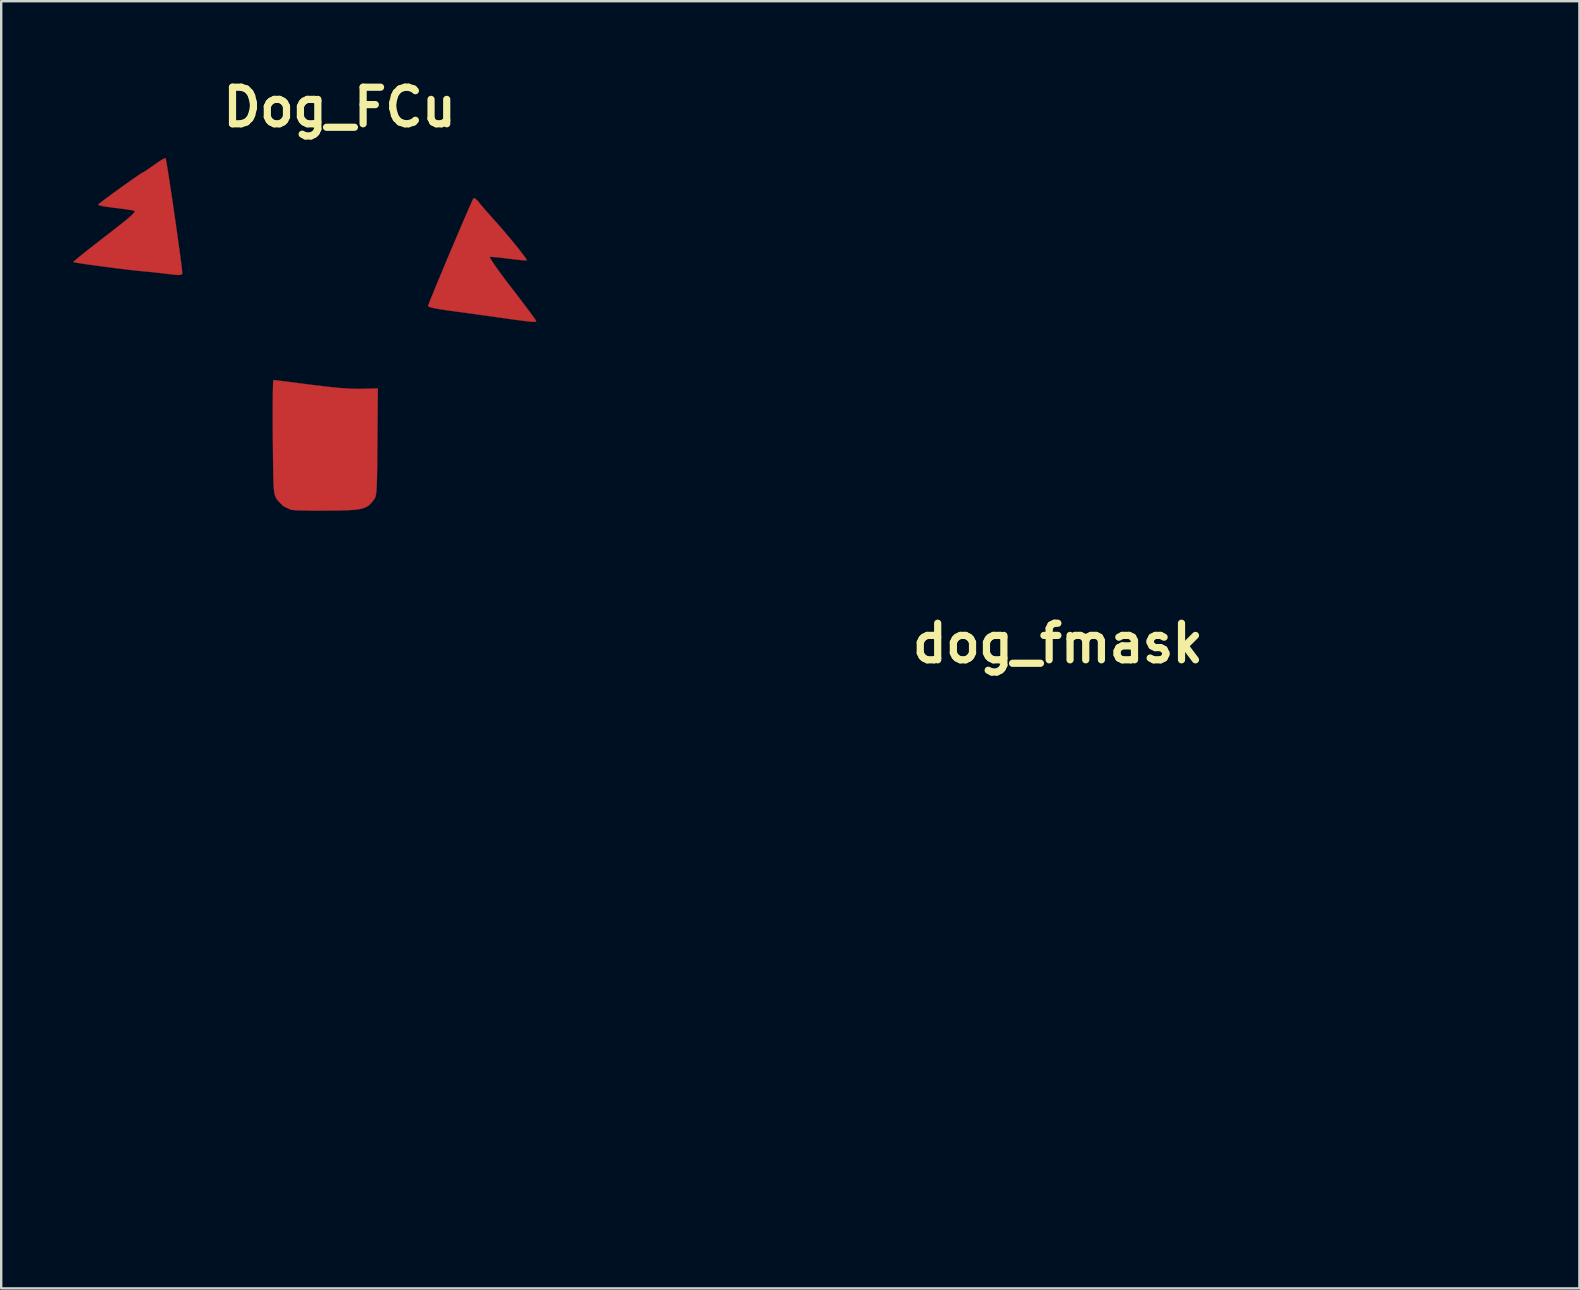
<source format=kicad_pcb>
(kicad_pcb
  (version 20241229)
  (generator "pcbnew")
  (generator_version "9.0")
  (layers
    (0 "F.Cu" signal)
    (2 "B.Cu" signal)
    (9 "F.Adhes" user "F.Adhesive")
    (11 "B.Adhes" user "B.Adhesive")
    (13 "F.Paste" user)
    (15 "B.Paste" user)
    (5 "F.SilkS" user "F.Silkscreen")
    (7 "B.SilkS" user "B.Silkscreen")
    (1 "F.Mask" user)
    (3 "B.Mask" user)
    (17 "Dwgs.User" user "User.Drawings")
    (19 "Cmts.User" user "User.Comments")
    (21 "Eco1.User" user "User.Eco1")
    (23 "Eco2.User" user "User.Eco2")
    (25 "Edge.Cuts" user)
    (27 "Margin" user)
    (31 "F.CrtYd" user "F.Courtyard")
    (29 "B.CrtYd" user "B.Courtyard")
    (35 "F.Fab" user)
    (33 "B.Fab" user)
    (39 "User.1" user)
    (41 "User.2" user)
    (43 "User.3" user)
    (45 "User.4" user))
  (footprint "dog_fmask"
    (layer "F.Cu")
    (at 41.03 23.754)
    (property "Reference" "dog_fmask" (at 0 0 0) (layer "F.SilkS") (effects (font (size 1.524 1.524) (thickness 0.3))))
    (attr through_hole)
    (fp_poly (pts (xy 2.731 -0.794) (xy 2.699 -0.762) (xy 2.667 -0.794) (xy 2.699 -0.826) (xy 2.731 -0.794)) (stroke (width 0.01) (type solid)) (fill yes) (layer "F.Mask"))
    (fp_poly (pts (xy 1.975 -10.363) (xy 2.302 -10.165) (xy 2.328 -10.142) (xy 2.572 -9.861) (xy 2.702 -9.535) (xy 2.731 -9.245) (xy 2.675 -8.851) (xy 2.511 -8.521) (xy 2.238 -8.258) (xy 2 -8.121) (xy 1.641 -8.016) (xy 1.284 -8.037) (xy 1.047 -8.119) (xy 0.728 -8.326) (xy 0.499 -8.599) (xy 0.362 -8.918) (xy 0.318 -9.258) (xy 0.369 -9.597) (xy 0.516 -9.914) (xy 0.76 -10.185) (xy 0.907 -10.289) (xy 1.251 -10.427) (xy 1.615 -10.451) (xy 1.975 -10.363)) (stroke (width 0.01) (type solid)) (fill yes) (layer "F.Mask"))
    (fp_poly (pts (xy -7.929 -11.648) (xy -7.624 -11.481) (xy -7.374 -11.238) (xy -7.201 -10.936) (xy -7.123 -10.593) (xy -7.126 -10.418) (xy -7.217 -10.056) (xy -7.403 -9.748) (xy -7.663 -9.51) (xy -7.975 -9.353) (xy -8.318 -9.294) (xy -8.672 -9.344) (xy -8.723 -9.362) (xy -9.017 -9.522) (xy -9.279 -9.76) (xy -9.435 -9.982) (xy -9.497 -10.187) (xy -9.521 -10.457) (xy -9.509 -10.739) (xy -9.461 -10.976) (xy -9.433 -11.043) (xy -9.253 -11.286) (xy -8.997 -11.504) (xy -8.715 -11.657) (xy -8.627 -11.686) (xy -8.27 -11.722) (xy -7.929 -11.648)) (stroke (width 0.01) (type solid)) (fill yes) (layer "F.Mask"))
    (fp_poly (pts (xy -5.566 -1.058) (xy -5.288 -1.031) (xy -4.923 -0.988) (xy -4.455 -0.929) (xy -4.166 -0.892) (xy -3.699 -0.831) (xy -3.341 -0.782) (xy -3.075 -0.741) (xy -2.883 -0.703) (xy -2.749 -0.667) (xy -2.655 -0.626) (xy -2.584 -0.579) (xy -2.532 -0.532) (xy -2.388 -0.367) (xy -2.312 -0.198) (xy -2.306 -0.003) (xy -2.371 0.24) (xy -2.507 0.552) (xy -2.609 0.753) (xy -2.767 1.039) (xy -2.93 1.306) (xy -3.074 1.518) (xy -3.163 1.626) (xy -3.53 1.917) (xy -3.953 2.098) (xy -4.416 2.166) (xy -4.846 2.127) (xy -5.276 1.978) (xy -5.663 1.716) (xy -5.942 1.418) (xy -6.079 1.183) (xy -6.21 0.858) (xy -6.325 0.477) (xy -6.414 0.076) (xy -6.461 -0.268) (xy -6.475 -0.479) (xy -6.457 -0.614) (xy -6.391 -0.726) (xy -6.27 -0.855) (xy -6.19 -0.933) (xy -6.116 -0.993) (xy -6.032 -1.035) (xy -5.923 -1.06) (xy -5.773 -1.067) (xy -5.566 -1.058)) (stroke (width 0.01) (type solid)) (fill yes) (layer "F.Mask"))
    (fp_poly (pts (xy -8.288 -23.725) (xy -8.319 -23.638) (xy -8.353 -23.56) (xy -8.429 -23.377) (xy -8.542 -23.1) (xy -8.687 -22.741) (xy -8.859 -22.311) (xy -9.054 -21.823) (xy -9.267 -21.287) (xy -9.494 -20.716) (xy -9.73 -20.121) (xy -9.971 -19.513) (xy -10.212 -18.905) (xy -10.448 -18.307) (xy -10.675 -17.731) (xy -10.888 -17.189) (xy -11.082 -16.693) (xy -11.254 -16.254) (xy -11.398 -15.883) (xy -11.51 -15.593) (xy -11.585 -15.395) (xy -11.619 -15.3) (xy -11.62 -15.294) (xy -11.644 -15.199) (xy -11.711 -15.008) (xy -11.811 -14.742) (xy -11.936 -14.422) (xy -12.078 -14.069) (xy -12.228 -13.702) (xy -12.378 -13.344) (xy -12.519 -13.014) (xy -12.643 -12.733) (xy -12.741 -12.522) (xy -12.805 -12.401) (xy -12.812 -12.391) (xy -13.062 -12.157) (xy -13.38 -12.006) (xy -13.733 -11.948) (xy -14.086 -11.991) (xy -14.224 -12.039) (xy -14.522 -12.217) (xy -14.756 -12.474) (xy -14.889 -12.7) (xy -14.985 -12.899) (xy -15.12 -13.187) (xy -15.287 -13.552) (xy -15.48 -13.979) (xy -15.694 -14.455) (xy -15.923 -14.967) (xy -16.16 -15.502) (xy -16.399 -16.045) (xy -16.636 -16.584) (xy -16.864 -17.104) (xy -17.076 -17.594) (xy -17.268 -18.038) (xy -17.433 -18.424) (xy -17.565 -18.738) (xy -17.658 -18.967) (xy -17.706 -19.097) (xy -17.711 -19.113) (xy -17.779 -19.677) (xy -17.733 -20.237) (xy -17.582 -20.776) (xy -17.336 -21.277) (xy -17.003 -21.722) (xy -16.593 -22.094) (xy -16.115 -22.375) (xy -15.915 -22.456) (xy -15.817 -22.479) (xy -15.607 -22.521) (xy -15.299 -22.578) (xy -14.908 -22.65) (xy -14.446 -22.732) (xy -13.928 -22.823) (xy -13.368 -22.921) (xy -12.779 -23.023) (xy -12.175 -23.127) (xy -11.57 -23.23) (xy -10.979 -23.33) (xy -10.413 -23.424) (xy -9.889 -23.512) (xy -9.418 -23.589) (xy -9.016 -23.653) (xy -8.695 -23.703) (xy -8.47 -23.736) (xy -8.355 -23.749) (xy -8.349 -23.749) (xy -8.288 -23.725)) (stroke (width 0.01) (type solid)) (fill yes) (layer "F.Mask"))
    (fp_poly (pts (xy 4.64 -22.072) (xy 4.809 -21.999) (xy 5.051 -21.888) (xy 5.347 -21.749) (xy 5.599 -21.629) (xy 5.975 -21.45) (xy 6.364 -21.27) (xy 6.727 -21.105) (xy 7.031 -20.971) (xy 7.144 -20.924) (xy 7.607 -20.729) (xy 8.106 -20.515) (xy 8.625 -20.288) (xy 9.148 -20.054) (xy 9.66 -19.822) (xy 10.146 -19.598) (xy 10.591 -19.389) (xy 10.979 -19.203) (xy 11.295 -19.046) (xy 11.523 -18.925) (xy 11.642 -18.853) (xy 11.945 -18.603) (xy 12.189 -18.323) (xy 12.406 -17.977) (xy 12.53 -17.73) (xy 12.616 -17.541) (xy 12.673 -17.383) (xy 12.708 -17.223) (xy 12.725 -17.025) (xy 12.731 -16.756) (xy 12.732 -16.542) (xy 12.729 -16.207) (xy 12.719 -15.966) (xy 12.695 -15.785) (xy 12.652 -15.631) (xy 12.586 -15.47) (xy 12.558 -15.409) (xy 12.426 -15.158) (xy 12.273 -14.908) (xy 12.177 -14.775) (xy 11.955 -14.494) (xy 11.685 -14.154) (xy 11.376 -13.767) (xy 11.037 -13.345) (xy 10.678 -12.898) (xy 10.309 -12.44) (xy 9.938 -11.981) (xy 9.576 -11.532) (xy 9.231 -11.107) (xy 8.914 -10.716) (xy 8.633 -10.371) (xy 8.398 -10.084) (xy 8.218 -9.867) (xy 8.103 -9.73) (xy 8.072 -9.694) (xy 7.829 -9.469) (xy 7.596 -9.337) (xy 7.329 -9.279) (xy 7.131 -9.272) (xy 6.845 -9.293) (xy 6.613 -9.369) (xy 6.498 -9.431) (xy 6.304 -9.577) (xy 6.137 -9.752) (xy 6.097 -9.809) (xy 6.067 -9.861) (xy 6.04 -9.921) (xy 6.014 -9.998) (xy 5.987 -10.103) (xy 5.959 -10.243) (xy 5.928 -10.43) (xy 5.892 -10.672) (xy 5.851 -10.979) (xy 5.803 -11.359) (xy 5.747 -11.823) (xy 5.681 -12.381) (xy 5.604 -13.04) (xy 5.515 -13.812) (xy 5.463 -14.256) (xy 5.385 -14.93) (xy 5.303 -15.632) (xy 5.219 -16.349) (xy 5.134 -17.069) (xy 5.05 -17.782) (xy 4.967 -18.475) (xy 4.888 -19.137) (xy 4.813 -19.757) (xy 4.745 -20.323) (xy 4.683 -20.824) (xy 4.631 -21.248) (xy 4.589 -21.583) (xy 4.558 -21.818) (xy 4.54 -21.942) (xy 4.538 -21.955) (xy 4.535 -22.065) (xy 4.566 -22.098) (xy 4.64 -22.072)) (stroke (width 0.01) (type solid)) (fill yes) (layer "F.Mask"))
    (fp_poly (pts (xy -11.57 0.293) (xy -11.367 1.028) (xy -11.054 1.717) (xy -10.639 2.347) (xy -10.134 2.907) (xy -9.551 3.385) (xy -8.898 3.769) (xy -8.188 4.048) (xy -8.16 4.056) (xy -7.869 4.129) (xy -7.524 4.199) (xy -7.195 4.251) (xy -7.176 4.254) (xy -6.892 4.289) (xy -6.627 4.324) (xy -6.429 4.352) (xy -6.398 4.357) (xy -6.16 4.393) (xy -6.16 5.308) (xy -6.162 5.632) (xy -6.17 5.906) (xy -6.181 6.107) (xy -6.195 6.213) (xy -6.201 6.223) (xy -6.273 6.194) (xy -6.424 6.118) (xy -6.621 6.012) (xy -6.63 6.007) (xy -7.146 5.764) (xy -7.639 5.629) (xy -8.135 5.598) (xy -8.222 5.602) (xy -8.749 5.696) (xy -9.233 5.903) (xy -9.66 6.211) (xy -10.019 6.609) (xy -10.3 7.088) (xy -10.49 7.636) (xy -10.511 7.73) (xy -10.549 7.991) (xy -10.578 8.345) (xy -10.596 8.758) (xy -10.603 9.195) (xy -10.599 9.623) (xy -10.583 10.008) (xy -10.556 10.316) (xy -10.54 10.419) (xy -10.48 10.675) (xy -10.395 10.907) (xy -10.272 11.136) (xy -10.099 11.382) (xy -9.861 11.665) (xy -9.546 12.003) (xy -9.395 12.16) (xy -9.042 12.533) (xy -8.753 12.862) (xy -8.537 13.135) (xy -8.407 13.335) (xy -8.324 13.504) (xy -8.271 13.654) (xy -8.24 13.819) (xy -8.227 14.038) (xy -8.224 14.346) (xy -8.224 14.357) (xy -8.226 14.664) (xy -8.238 14.882) (xy -8.267 15.051) (xy -8.322 15.21) (xy -8.41 15.396) (xy -8.445 15.465) (xy -8.743 15.912) (xy -9.129 16.271) (xy -9.594 16.532) (xy -9.68 16.567) (xy -9.874 16.63) (xy -10.072 16.669) (xy -10.311 16.688) (xy -10.627 16.692) (xy -10.75 16.691) (xy -11.058 16.685) (xy -11.338 16.676) (xy -11.553 16.665) (xy -11.652 16.657) (xy -12.756 16.452) (xy -13.817 16.132) (xy -14.827 15.7) (xy -15.777 15.161) (xy -16.658 14.519) (xy -17.304 13.938) (xy -17.581 13.652) (xy -17.875 13.328) (xy -18.144 13.01) (xy -18.306 12.804) (xy -18.728 12.242) (xy -18.633 12.01) (xy -18.525 11.782) (xy -18.362 11.476) (xy -18.16 11.12) (xy -17.936 10.742) (xy -17.705 10.371) (xy -17.512 10.075) (xy -17.26 9.714) (xy -17.003 9.372) (xy -16.72 9.027) (xy -16.395 8.657) (xy -16.007 8.241) (xy -15.655 7.874) (xy -14.781 6.911) (xy -14.026 5.937) (xy -13.383 4.939) (xy -12.842 3.9) (xy -12.396 2.806) (xy -12.037 1.642) (xy -11.821 0.716) (xy -11.649 -0.123) (xy -11.57 0.293)) (stroke (width 0.01) (type solid)) (fill yes) (layer "F.Mask"))
    (fp_poly (pts (xy 2.033 1.599) (xy 2.211 1.621) (xy 2.472 1.654) (xy 2.795 1.696) (xy 3.084 1.733) (xy 4.167 1.873) (xy 5.624 3.366) (xy 6.437 4.208) (xy 7.172 4.987) (xy 7.845 5.722) (xy 8.474 6.433) (xy 9.076 7.14) (xy 9.669 7.863) (xy 10.27 8.621) (xy 10.552 8.985) (xy 11.999 10.961) (xy 13.374 13.029) (xy 14.667 15.175) (xy 15.87 17.382) (xy 16.972 19.632) (xy 17.965 21.909) (xy 18.567 23.447) (xy 18.727 23.876) (xy 16.65 23.863) (xy 16.203 23.86) (xy 15.648 23.856) (xy 15.004 23.851) (xy 14.289 23.845) (xy 13.522 23.838) (xy 12.722 23.831) (xy 11.907 23.824) (xy 11.098 23.816) (xy 10.414 23.809) (xy 9.684 23.802) (xy 8.979 23.794) (xy 8.313 23.787) (xy 7.697 23.781) (xy 7.144 23.775) (xy 6.666 23.769) (xy 6.274 23.765) (xy 5.982 23.761) (xy 5.801 23.759) (xy 5.772 23.758) (xy 5.29 23.749) (xy 5.248 23.035) (xy 5.121 21.935) (xy 4.872 20.846) (xy 4.505 19.779) (xy 4.024 18.748) (xy 3.434 17.763) (xy 3.07 17.252) (xy 2.971 17.136) (xy 2.792 16.94) (xy 2.541 16.672) (xy 2.227 16.343) (xy 1.858 15.959) (xy 1.444 15.533) (xy 0.992 15.071) (xy 0.513 14.584) (xy 0.032 14.097) (xy -0.465 13.594) (xy -0.943 13.109) (xy -1.392 12.649) (xy -1.804 12.225) (xy -2.17 11.845) (xy -2.481 11.519) (xy -2.729 11.255) (xy -2.904 11.063) (xy -2.996 10.954) (xy -3.186 10.694) (xy -3.367 10.433) (xy -3.525 10.193) (xy -3.647 9.993) (xy -3.718 9.856) (xy -3.73 9.805) (xy -3.684 9.839) (xy -3.591 9.956) (xy -3.468 10.131) (xy -3.46 10.143) (xy -3.33 10.337) (xy -3.197 10.524) (xy -3.055 10.713) (xy -2.895 10.911) (xy -2.71 11.129) (xy -2.492 11.373) (xy -2.232 11.654) (xy -1.924 11.979) (xy -1.558 12.357) (xy -1.128 12.797) (xy -0.625 13.308) (xy -0.042 13.897) (xy 0.093 14.034) (xy 0.593 14.539) (xy 1.075 15.031) (xy 1.53 15.499) (xy 1.949 15.934) (xy 2.323 16.326) (xy 2.643 16.666) (xy 2.9 16.944) (xy 3.085 17.151) (xy 3.184 17.272) (xy 3.835 18.251) (xy 4.372 19.272) (xy 4.793 20.327) (xy 5.095 21.407) (xy 5.275 22.504) (xy 5.315 22.996) (xy 5.352 23.671) (xy 7.264 23.709) (xy 7.749 23.718) (xy 8.306 23.726) (xy 8.925 23.735) (xy 9.593 23.743) (xy 10.302 23.752) (xy 11.041 23.759) (xy 11.798 23.767) (xy 12.565 23.773) (xy 13.329 23.78) (xy 14.081 23.785) (xy 14.81 23.79) (xy 15.506 23.794) (xy 16.157 23.797) (xy 16.754 23.799) (xy 17.286 23.8) (xy 17.743 23.801) (xy 18.114 23.799) (xy 18.388 23.797) (xy 18.555 23.793) (xy 18.605 23.789) (xy 18.582 23.711) (xy 18.518 23.535) (xy 18.419 23.278) (xy 18.294 22.959) (xy 18.15 22.596) (xy 17.993 22.208) (xy 17.833 21.813) (xy 17.675 21.43) (xy 17.527 21.077) (xy 17.397 20.772) (xy 17.378 20.728) (xy 16.914 19.694) (xy 16.407 18.626) (xy 15.87 17.55) (xy 15.316 16.491) (xy 14.759 15.474) (xy 14.212 14.524) (xy 13.688 13.667) (xy 13.619 13.559) (xy 13.388 13.198) (xy 13.028 13.541) (xy 12.324 14.142) (xy 11.522 14.7) (xy 10.651 15.2) (xy 9.736 15.628) (xy 8.806 15.967) (xy 8.687 16.003) (xy 8.028 16.179) (xy 7.364 16.312) (xy 6.664 16.407) (xy 5.893 16.467) (xy 5.334 16.491) (xy 4.677 16.502) (xy 4.129 16.488) (xy 3.672 16.446) (xy 3.289 16.371) (xy 2.963 16.259) (xy 2.676 16.106) (xy 2.413 15.908) (xy 2.231 15.739) (xy 1.886 15.313) (xy 1.64 14.837) (xy 1.503 14.332) (xy 1.48 13.819) (xy 1.509 13.586) (xy 1.575 13.291) (xy 1.662 13.029) (xy 1.783 12.782) (xy 1.952 12.526) (xy 2.181 12.243) (xy 2.485 11.91) (xy 2.728 11.657) (xy 3.111 11.253) (xy 3.408 10.911) (xy 3.629 10.611) (xy 3.786 10.334) (xy 3.889 10.061) (xy 3.952 9.772) (xy 3.98 9.512) (xy 3.968 8.927) (xy 3.857 8.355) (xy 3.658 7.809) (xy 3.382 7.299) (xy 3.039 6.835) (xy 2.641 6.429) (xy 2.2 6.091) (xy 1.725 5.831) (xy 1.229 5.662) (xy 0.722 5.592) (xy 0.216 5.634) (xy 0.027 5.681) (xy -0.156 5.748) (xy -0.415 5.858) (xy -0.714 5.996) (xy -0.977 6.126) (xy -1.252 6.262) (xy -1.489 6.373) (xy -1.665 6.449) (xy -1.755 6.477) (xy -1.755 6.477) (xy -1.791 6.452) (xy -1.816 6.366) (xy -1.831 6.203) (xy -1.839 5.945) (xy -1.841 5.602) (xy -1.841 4.727) (xy -1.384 4.609) (xy -0.698 4.369) (xy -0.051 4.017) (xy 0.541 3.567) (xy 1.061 3.033) (xy 1.493 2.429) (xy 1.699 2.048) (xy 1.806 1.834) (xy 1.895 1.674) (xy 1.952 1.594) (xy 1.96 1.59) (xy 2.033 1.599)) (stroke (width 0.01) (type solid)) (fill yes) (layer "F.Mask")))
  (footprint "Dog_FCu"
    (layer "F.Cu")
    (at 11.101 1.418)
    (property "Reference" "Dog_FCu" (at 0 0 0) (layer "F.SilkS") (effects (font (size 1.524 1.524) (thickness 0.3))))
    (attr through_hole)
    (fp_poly (pts (xy -2.685 11.374) (xy -2.504 11.396) (xy -2.233 11.43) (xy -1.891 11.474) (xy -1.494 11.525) (xy -1.219 11.561) (xy -0.579 11.639) (xy -0.047 11.694) (xy 0.394 11.726) (xy 0.761 11.738) (xy 0.934 11.735) (xy 1.592 11.716) (xy 1.574 13.95) (xy 1.569 14.542) (xy 1.564 15.021) (xy 1.558 15.399) (xy 1.55 15.691) (xy 1.539 15.91) (xy 1.525 16.068) (xy 1.507 16.179) (xy 1.484 16.258) (xy 1.454 16.316) (xy 1.422 16.363) (xy 1.315 16.496) (xy 1.207 16.599) (xy 1.078 16.675) (xy 0.913 16.73) (xy 0.692 16.766) (xy 0.399 16.789) (xy 0.014 16.801) (xy -0.478 16.808) (xy -0.508 16.808) (xy -0.921 16.81) (xy -1.3 16.807) (xy -1.622 16.799) (xy -1.866 16.789) (xy -2.012 16.775) (xy -2.034 16.77) (xy -2.342 16.624) (xy -2.571 16.396) (xy -2.623 16.32) (xy -2.659 16.258) (xy -2.688 16.193) (xy -2.712 16.11) (xy -2.73 15.996) (xy -2.744 15.838) (xy -2.755 15.623) (xy -2.763 15.338) (xy -2.77 14.969) (xy -2.775 14.503) (xy -2.78 13.927) (xy -2.782 13.732) (xy -2.785 13.198) (xy -2.786 12.706) (xy -2.784 12.27) (xy -2.781 11.905) (xy -2.775 11.623) (xy -2.768 11.439) (xy -2.758 11.367) (xy -2.757 11.367) (xy -2.685 11.374)) (stroke (width 0.01) (type solid)) (fill yes) (layer "F.Cu"))
    (fp_poly (pts (xy 5.647 3.805) (xy 5.75 3.899) (xy 5.792 3.95) (xy 5.904 4.088) (xy 6.075 4.287) (xy 6.276 4.515) (xy 6.397 4.649) (xy 6.623 4.903) (xy 6.862 5.179) (xy 7.1 5.462) (xy 7.324 5.734) (xy 7.52 5.979) (xy 7.675 6.179) (xy 7.773 6.318) (xy 7.803 6.379) (xy 7.803 6.379) (xy 7.733 6.382) (xy 7.564 6.369) (xy 7.321 6.344) (xy 7.055 6.311) (xy 6.761 6.275) (xy 6.511 6.249) (xy 6.332 6.235) (xy 6.257 6.236) (xy 6.273 6.289) (xy 6.358 6.428) (xy 6.503 6.64) (xy 6.699 6.913) (xy 6.936 7.231) (xy 7.185 7.556) (xy 7.456 7.909) (xy 7.699 8.229) (xy 7.904 8.502) (xy 8.062 8.716) (xy 8.16 8.855) (xy 8.191 8.906) (xy 8.182 8.927) (xy 8.147 8.94) (xy 8.07 8.942) (xy 7.938 8.933) (xy 7.737 8.91) (xy 7.451 8.873) (xy 7.068 8.821) (xy 6.604 8.755) (xy 6.143 8.691) (xy 5.662 8.624) (xy 5.198 8.56) (xy 4.787 8.504) (xy 4.493 8.464) (xy 4.18 8.418) (xy 3.926 8.371) (xy 3.754 8.327) (xy 3.684 8.293) (xy 3.683 8.29) (xy 3.707 8.217) (xy 3.775 8.042) (xy 3.88 7.783) (xy 4.014 7.455) (xy 4.173 7.073) (xy 4.348 6.653) (xy 4.533 6.212) (xy 4.722 5.764) (xy 4.908 5.327) (xy 5.084 4.915) (xy 5.244 4.544) (xy 5.38 4.23) (xy 5.487 3.99) (xy 5.557 3.838) (xy 5.583 3.791) (xy 5.647 3.805)) (stroke (width 0.01) (type solid)) (fill yes) (layer "F.Cu"))
    (fp_poly (pts (xy -7.254 2.123) (xy -7.236 2.193) (xy -7.204 2.371) (xy -7.159 2.642) (xy -7.105 2.987) (xy -7.043 3.391) (xy -6.976 3.837) (xy -6.907 4.307) (xy -6.838 4.785) (xy -6.771 5.253) (xy -6.709 5.696) (xy -6.655 6.095) (xy -6.61 6.435) (xy -6.577 6.698) (xy -6.56 6.867) (xy -6.557 6.923) (xy -6.578 6.966) (xy -6.64 6.987) (xy -6.765 6.988) (xy -6.978 6.968) (xy -7.176 6.944) (xy -7.507 6.904) (xy -7.853 6.867) (xy -8.154 6.838) (xy -8.223 6.832) (xy -8.434 6.811) (xy -8.719 6.78) (xy -9.057 6.739) (xy -9.425 6.693) (xy -9.804 6.644) (xy -10.17 6.595) (xy -10.503 6.549) (xy -10.781 6.508) (xy -10.983 6.476) (xy -11.087 6.455) (xy -11.096 6.451) (xy -11.054 6.408) (xy -10.925 6.297) (xy -10.72 6.13) (xy -10.452 5.917) (xy -10.134 5.668) (xy -9.78 5.393) (xy -9.777 5.392) (xy -9.362 5.07) (xy -9.041 4.816) (xy -8.806 4.624) (xy -8.649 4.484) (xy -8.561 4.39) (xy -8.534 4.336) (xy -8.551 4.315) (xy -8.659 4.291) (xy -8.863 4.258) (xy -9.131 4.222) (xy -9.381 4.192) (xy -9.66 4.155) (xy -9.882 4.118) (xy -10.023 4.083) (xy -10.061 4.058) (xy -10 4.004) (xy -9.858 3.894) (xy -9.654 3.742) (xy -9.408 3.562) (xy -9.142 3.369) (xy -8.875 3.179) (xy -8.629 3.005) (xy -8.423 2.862) (xy -8.278 2.766) (xy -8.215 2.731) (xy -8.215 2.731) (xy -8.15 2.696) (xy -8.009 2.602) (xy -7.817 2.468) (xy -7.734 2.408) (xy -7.531 2.267) (xy -7.368 2.167) (xy -7.269 2.122) (xy -7.254 2.123)) (stroke (width 0.01) (type solid)) (fill yes) (layer "F.Cu")))
  (gr_rect
    (start -3 -3)
    (end 62.762 50.635)
    (stroke (width 0.1) (type default))
    (fill no)
    (layer "Edge.Cuts")))
</source>
